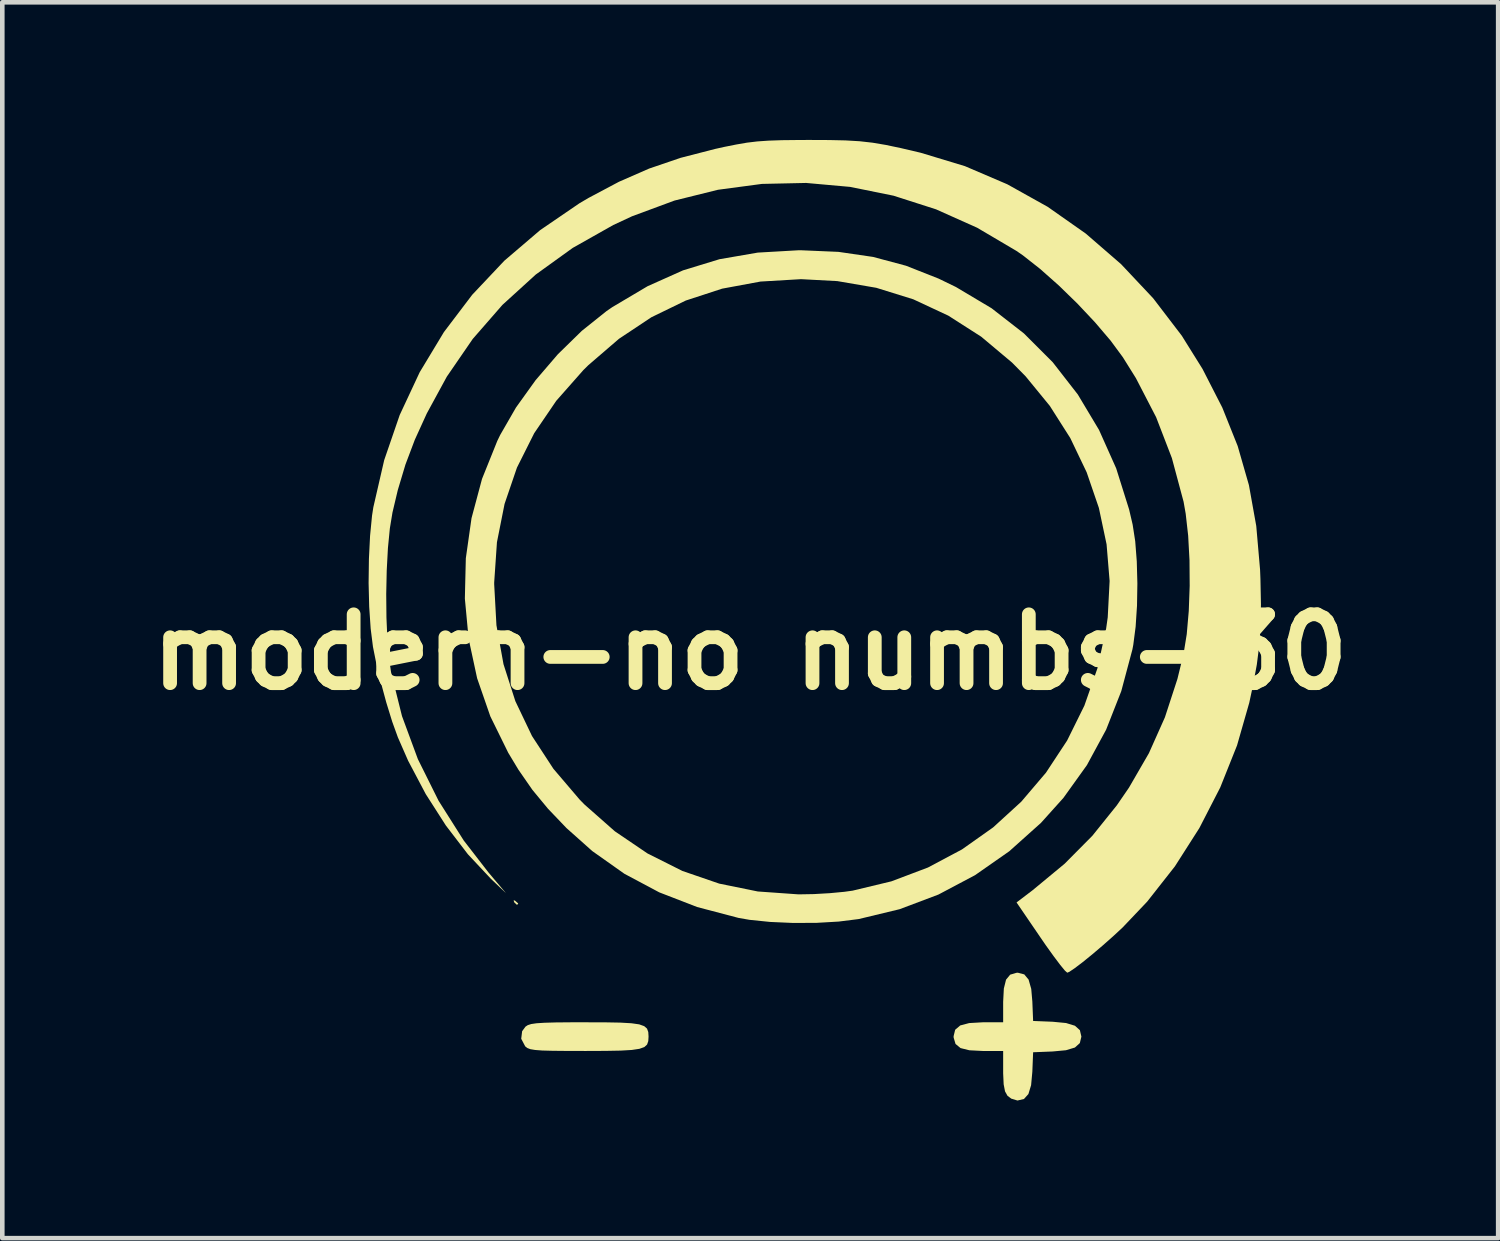
<source format=kicad_pcb>
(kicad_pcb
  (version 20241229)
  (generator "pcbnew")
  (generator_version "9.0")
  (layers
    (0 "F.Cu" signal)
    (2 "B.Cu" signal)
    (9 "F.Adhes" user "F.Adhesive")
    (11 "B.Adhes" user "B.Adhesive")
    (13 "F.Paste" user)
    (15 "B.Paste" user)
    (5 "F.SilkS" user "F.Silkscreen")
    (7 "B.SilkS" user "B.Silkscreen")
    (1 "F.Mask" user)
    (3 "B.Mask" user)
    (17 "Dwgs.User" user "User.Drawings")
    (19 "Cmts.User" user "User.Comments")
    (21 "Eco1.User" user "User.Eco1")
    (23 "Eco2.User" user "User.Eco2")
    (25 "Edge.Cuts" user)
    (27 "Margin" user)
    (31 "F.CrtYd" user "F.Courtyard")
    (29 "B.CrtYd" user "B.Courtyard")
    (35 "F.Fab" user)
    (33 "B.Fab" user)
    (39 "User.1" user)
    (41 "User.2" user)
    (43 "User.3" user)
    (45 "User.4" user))
  (footprint "modern-no numbs-30"
    (layer "F.Cu")
    (at 13.3 11.16)
    (property "Reference" "modern-no numbs-30" (at 0 0 0) (layer "F.SilkS") (effects (font (size 1.5 1.5) (thickness 0.3))))
    (attr board_only exclude_from_pos_files exclude_from_bom)
    (fp_poly (pts (xy -5.123 5.421) (xy -5.062 5.474) (xy -5.057 5.487) (xy -5.084 5.51) (xy -5.14 5.458) (xy -5.148 5.446) (xy -5.155 5.407)) (stroke (width 0) (type solid)) (fill yes) (layer "F.SilkS"))
    (fp_poly (pts (xy -3.163 8.07) (xy -2.832 8.076) (xy -2.589 8.09) (xy -2.42 8.114) (xy -2.311 8.153) (xy -2.249 8.207) (xy -2.222 8.282) (xy -2.216 8.379) (xy -2.216 8.381) (xy -2.222 8.479) (xy -2.248 8.554) (xy -2.308 8.609) (xy -2.415 8.647) (xy -2.582 8.672) (xy -2.822 8.686) (xy -3.149 8.692) (xy -3.575 8.694) (xy -3.604 8.694) (xy -4.007 8.693) (xy -4.313 8.69) (xy -4.535 8.684) (xy -4.69 8.672) (xy -4.792 8.655) (xy -4.857 8.63) (xy -4.899 8.598) (xy -4.906 8.59) (xy -4.991 8.428) (xy -4.971 8.263) (xy -4.897 8.163) (xy -4.848 8.131) (xy -4.773 8.107) (xy -4.656 8.09) (xy -4.482 8.079) (xy -4.236 8.072) (xy -3.903 8.069) (xy -3.594 8.069)) (stroke (width 0) (type solid)) (fill yes) (layer "F.SilkS"))
    (fp_poly (pts (xy 5.972 7.025) (xy 6.066 7.138) (xy 6.124 7.341) (xy 6.148 7.616) (xy 6.165 8.04) (xy 6.59 8.057) (xy 6.883 8.085) (xy 7.076 8.144) (xy 7.184 8.241) (xy 7.217 8.381) (xy 7.183 8.522) (xy 7.076 8.619) (xy 6.881 8.678) (xy 6.59 8.705) (xy 6.165 8.722) (xy 6.148 9.147) (xy 6.121 9.44) (xy 6.062 9.633) (xy 5.965 9.741) (xy 5.824 9.774) (xy 5.689 9.733) (xy 5.606 9.67) (xy 5.553 9.575) (xy 5.523 9.421) (xy 5.512 9.182) (xy 5.512 9.13) (xy 5.512 8.694) (xy 5.066 8.694) (xy 4.776 8.679) (xy 4.583 8.631) (xy 4.474 8.541) (xy 4.433 8.403) (xy 4.432 8.372) (xy 4.466 8.232) (xy 4.576 8.138) (xy 4.772 8.086) (xy 5.067 8.069) (xy 5.076 8.069) (xy 5.512 8.069) (xy 5.512 7.623) (xy 5.527 7.333) (xy 5.575 7.14) (xy 5.665 7.031) (xy 5.803 6.99) (xy 5.834 6.989)) (stroke (width 0) (type solid)) (fill yes) (layer "F.SilkS"))
    (fp_poly (pts (xy 1.923 -8.721) (xy 2.676 -8.611) (xy 3.394 -8.419) (xy 4.106 -8.138) (xy 4.483 -7.955) (xy 5.26 -7.492) (xy 5.964 -6.944) (xy 6.592 -6.316) (xy 7.139 -5.613) (xy 7.601 -4.841) (xy 7.975 -4.004) (xy 8.257 -3.107) (xy 8.334 -2.777) (xy 8.39 -2.415) (xy 8.424 -1.976) (xy 8.437 -1.496) (xy 8.429 -1.01) (xy 8.399 -0.552) (xy 8.348 -0.158) (xy 8.329 -0.057) (xy 8.086 0.853) (xy 7.756 1.692) (xy 7.337 2.465) (xy 6.825 3.179) (xy 6.336 3.723) (xy 5.645 4.342) (xy 4.899 4.863) (xy 4.102 5.285) (xy 3.257 5.604) (xy 2.369 5.818) (xy 2.35 5.821) (xy 1.928 5.874) (xy 1.443 5.902) (xy 0.932 5.904) (xy 0.433 5.882) (xy -0.016 5.836) (xy -0.256 5.794) (xy -1.157 5.557) (xy -1.983 5.237) (xy -2.743 4.832) (xy -3.443 4.337) (xy -4.005 3.836) (xy -4.409 3.413) (xy -4.747 3.004) (xy -5.05 2.567) (xy -5.274 2.195) (xy -5.664 1.402) (xy -5.952 0.571) (xy -6.137 -0.288) (xy -6.219 -1.163) (xy -6.212 -1.477) (xy -5.58 -1.477) (xy -5.531 -0.584) (xy -5.377 0.265) (xy -5.119 1.07) (xy -4.756 1.83) (xy -4.289 2.545) (xy -3.717 3.216) (xy -3.61 3.325) (xy -2.95 3.907) (xy -2.238 4.39) (xy -1.478 4.771) (xy -0.675 5.047) (xy 0.165 5.218) (xy 1.038 5.28) (xy 1.058 5.281) (xy 1.388 5.275) (xy 1.736 5.255) (xy 2.052 5.225) (xy 2.232 5.2) (xy 3.077 4.997) (xy 3.873 4.696) (xy 4.614 4.302) (xy 5.293 3.822) (xy 5.906 3.262) (xy 6.445 2.629) (xy 6.906 1.929) (xy 7.282 1.168) (xy 7.567 0.353) (xy 7.756 -0.51) (xy 7.791 -0.756) (xy 7.832 -1.548) (xy 7.766 -2.347) (xy 7.598 -3.141) (xy 7.332 -3.917) (xy 6.975 -4.663) (xy 6.529 -5.364) (xy 6.001 -6.009) (xy 5.706 -6.308) (xy 5.034 -6.872) (xy 4.317 -7.331) (xy 3.554 -7.687) (xy 2.747 -7.938) (xy 1.897 -8.084) (xy 1.108 -8.126) (xy 0.224 -8.074) (xy -0.613 -7.919) (xy -1.405 -7.66) (xy -2.154 -7.296) (xy -2.861 -6.826) (xy -3.53 -6.25) (xy -3.638 -6.143) (xy -4.226 -5.477) (xy -4.708 -4.769) (xy -5.084 -4.019) (xy -5.354 -3.228) (xy -5.52 -2.393) (xy -5.58 -1.516) (xy -5.58 -1.477) (xy -6.212 -1.477) (xy -6.198 -2.044) (xy -6.074 -2.918) (xy -5.845 -3.774) (xy -5.512 -4.602) (xy -5.45 -4.73) (xy -5.105 -5.329) (xy -4.678 -5.924) (xy -4.192 -6.49) (xy -3.669 -7.001) (xy -3.131 -7.431) (xy -3.004 -7.518) (xy -2.238 -7.972) (xy -1.465 -8.318) (xy -0.67 -8.561) (xy 0.164 -8.705) (xy 1.053 -8.756) (xy 1.108 -8.756)) (stroke (width 0) (type solid)) (fill yes) (layer "F.SilkS"))
    (fp_poly (pts (xy 1.72 -11.158) (xy 2.079 -11.15) (xy 2.384 -11.132) (xy 2.667 -11.1) (xy 2.957 -11.051) (xy 3.285 -10.982) (xy 3.681 -10.889) (xy 3.722 -10.879) (xy 4.679 -10.589) (xy 5.602 -10.194) (xy 6.482 -9.703) (xy 7.312 -9.12) (xy 8.081 -8.454) (xy 8.781 -7.71) (xy 9.404 -6.895) (xy 9.856 -6.171) (xy 10.288 -5.327) (xy 10.623 -4.49) (xy 10.868 -3.638) (xy 11.028 -2.747) (xy 11.111 -1.794) (xy 11.119 -1.591) (xy 11.13 -1.043) (xy 11.122 -0.572) (xy 11.093 -0.144) (xy 11.04 0.275) (xy 10.958 0.721) (xy 10.875 1.107) (xy 10.609 2.035) (xy 10.243 2.951) (xy 9.788 3.836) (xy 9.254 4.672) (xy 8.651 5.439) (xy 8.116 6.002) (xy 7.908 6.195) (xy 7.682 6.395) (xy 7.456 6.587) (xy 7.247 6.757) (xy 7.073 6.889) (xy 6.953 6.97) (xy 6.909 6.988) (xy 6.858 6.943) (xy 6.756 6.819) (xy 6.615 6.632) (xy 6.447 6.398) (xy 6.326 6.222) (xy 5.804 5.457) (xy 6.155 5.19) (xy 6.852 4.613) (xy 7.456 4.004) (xy 7.989 3.341) (xy 8.254 2.955) (xy 8.688 2.205) (xy 9.037 1.423) (xy 9.31 0.586) (xy 9.444 0.037) (xy 9.513 -0.39) (xy 9.557 -0.894) (xy 9.577 -1.442) (xy 9.573 -2) (xy 9.544 -2.536) (xy 9.49 -3.015) (xy 9.444 -3.276) (xy 9.189 -4.227) (xy 8.846 -5.117) (xy 8.405 -5.969) (xy 8.121 -6.424) (xy 7.855 -6.785) (xy 7.517 -7.182) (xy 7.132 -7.592) (xy 6.724 -7.989) (xy 6.318 -8.349) (xy 5.938 -8.648) (xy 5.803 -8.741) (xy 4.945 -9.247) (xy 4.049 -9.648) (xy 3.123 -9.945) (xy 2.177 -10.137) (xy 1.218 -10.223) (xy 0.255 -10.202) (xy -0.704 -10.074) (xy -1.651 -9.839) (xy -2.577 -9.496) (xy -2.983 -9.307) (xy -3.869 -8.807) (xy -4.675 -8.226) (xy -5.401 -7.565) (xy -6.047 -6.824) (xy -6.612 -6.002) (xy -7.049 -5.199) (xy -7.31 -4.626) (xy -7.514 -4.086) (xy -7.681 -3.529) (xy -7.797 -3.04) (xy -7.854 -2.694) (xy -7.896 -2.264) (xy -7.922 -1.777) (xy -7.933 -1.263) (xy -7.928 -0.75) (xy -7.907 -0.266) (xy -7.869 0.16) (xy -7.828 0.439) (xy -7.589 1.397) (xy -7.243 2.334) (xy -6.792 3.241) (xy -6.243 4.108) (xy -5.706 4.802) (xy -5.322 5.256) (xy -5.65 4.944) (xy -6.153 4.407) (xy -6.632 3.782) (xy -7.072 3.095) (xy -7.455 2.37) (xy -7.679 1.859) (xy -7.803 1.516) (xy -7.931 1.101) (xy -8.052 0.654) (xy -8.156 0.217) (xy -8.222 -0.114) (xy -8.272 -0.511) (xy -8.304 -0.986) (xy -8.317 -1.504) (xy -8.31 -2.031) (xy -8.285 -2.533) (xy -8.242 -2.974) (xy -8.214 -3.154) (xy -7.977 -4.183) (xy -7.639 -5.166) (xy -7.203 -6.099) (xy -6.675 -6.974) (xy -6.059 -7.786) (xy -5.359 -8.528) (xy -4.578 -9.195) (xy -3.722 -9.78) (xy -3.523 -9.897) (xy -2.86 -10.249) (xy -2.204 -10.536) (xy -1.518 -10.77) (xy -0.766 -10.964) (xy -0.568 -11.008) (xy -0.303 -11.061) (xy -0.071 -11.101) (xy 0.154 -11.128) (xy 0.4 -11.145) (xy 0.692 -11.155) (xy 1.058 -11.159) (xy 1.279 -11.16)) (stroke (width 0) (type solid)) (fill yes) (layer "F.SilkS")))
  (gr_rect
    (start -3 -3)
    (end 29.6 23.933)
    (stroke (width 0.1) (type default))
    (fill no)
    (layer "Edge.Cuts")))
</source>
